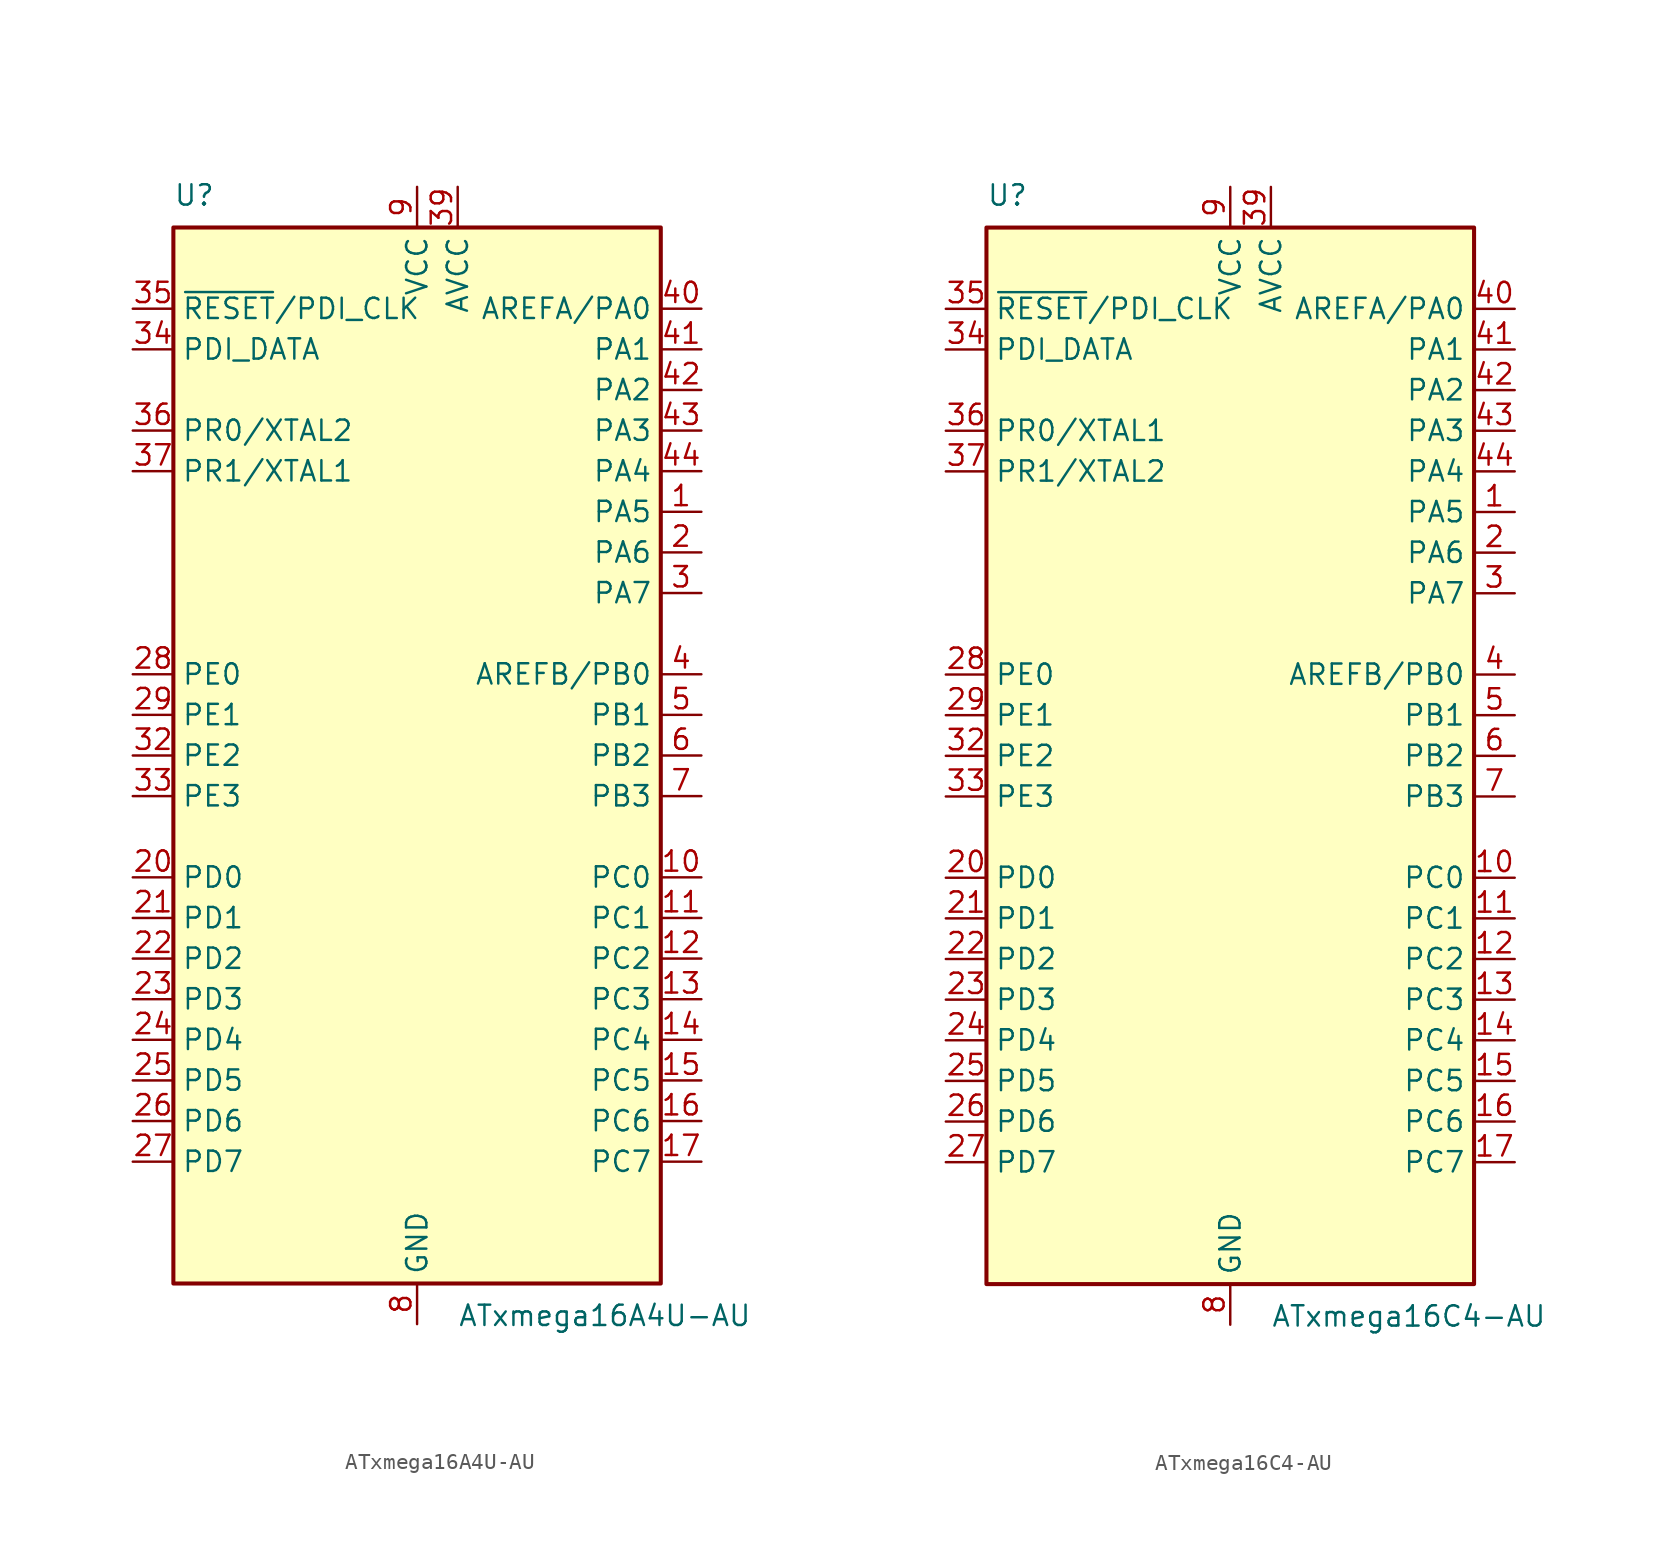
<source format=kicad_sym>
(kicad_symbol_lib
  (version 20201005)
  (generator kicad_symbol_editor)
  (symbol "ATxmega16A4U-AU"
    (property "Reference" "U"
      (at -15.24 34.29 0)
      (effects (font (size 1.27 1.27)) (justify left bottom)))
    (property "Value" "ATxmega16A4U-AU"
      (at 2.54 -34.29 0)
      (effects (font (size 1.27 1.27)) (justify left top)))
    (symbol "ATxmega16A4U-AU_0_1"
      (rectangle (start -15.24 -33.02) (end 15.24 33.02) (stroke (width 0.254)) (fill (type background))))
    (symbol "ATxmega16A4U-AU_1_1"
      (pin tri_state line (at 17.78 15.24 180) (length 2.54) (name "PA5" (effects (font (size 1.27 1.27)))) (number "1" (effects (font (size 1.27 1.27)))))
      (pin tri_state line (at 17.78 -7.62 180) (length 2.54) (name "PC0" (effects (font (size 1.27 1.27)))) (number "10" (effects (font (size 1.27 1.27)))))
      (pin tri_state line (at 17.78 -10.16 180) (length 2.54) (name "PC1" (effects (font (size 1.27 1.27)))) (number "11" (effects (font (size 1.27 1.27)))))
      (pin tri_state line (at 17.78 -12.7 180) (length 2.54) (name "PC2" (effects (font (size 1.27 1.27)))) (number "12" (effects (font (size 1.27 1.27)))))
      (pin tri_state line (at 17.78 -15.24 180) (length 2.54) (name "PC3" (effects (font (size 1.27 1.27)))) (number "13" (effects (font (size 1.27 1.27)))))
      (pin tri_state line (at 17.78 -17.78 180) (length 2.54) (name "PC4" (effects (font (size 1.27 1.27)))) (number "14" (effects (font (size 1.27 1.27)))))
      (pin tri_state line (at 17.78 -20.32 180) (length 2.54) (name "PC5" (effects (font (size 1.27 1.27)))) (number "15" (effects (font (size 1.27 1.27)))))
      (pin tri_state line (at 17.78 -22.86 180) (length 2.54) (name "PC6" (effects (font (size 1.27 1.27)))) (number "16" (effects (font (size 1.27 1.27)))))
      (pin tri_state line (at 17.78 -25.4 180) (length 2.54) (name "PC7" (effects (font (size 1.27 1.27)))) (number "17" (effects (font (size 1.27 1.27)))))
      (pin passive line (at 0 -35.56 90) (length 2.54) hide (name "GND" (effects (font (size 1.27 1.27)))) (number "18" (effects (font (size 1.27 1.27)))))
      (pin passive line (at 0 35.56 270) (length 2.54) hide (name "VCC" (effects (font (size 1.27 1.27)))) (number "19" (effects (font (size 1.27 1.27)))))
      (pin tri_state line (at 17.78 12.7 180) (length 2.54) (name "PA6" (effects (font (size 1.27 1.27)))) (number "2" (effects (font (size 1.27 1.27)))))
      (pin tri_state line (at -17.78 -7.62 0) (length 2.54) (name "PD0" (effects (font (size 1.27 1.27)))) (number "20" (effects (font (size 1.27 1.27)))))
      (pin tri_state line (at -17.78 -10.16 0) (length 2.54) (name "PD1" (effects (font (size 1.27 1.27)))) (number "21" (effects (font (size 1.27 1.27)))))
      (pin tri_state line (at -17.78 -12.7 0) (length 2.54) (name "PD2" (effects (font (size 1.27 1.27)))) (number "22" (effects (font (size 1.27 1.27)))))
      (pin tri_state line (at -17.78 -15.24 0) (length 2.54) (name "PD3" (effects (font (size 1.27 1.27)))) (number "23" (effects (font (size 1.27 1.27)))))
      (pin tri_state line (at -17.78 -17.78 0) (length 2.54) (name "PD4" (effects (font (size 1.27 1.27)))) (number "24" (effects (font (size 1.27 1.27)))))
      (pin tri_state line (at -17.78 -20.32 0) (length 2.54) (name "PD5" (effects (font (size 1.27 1.27)))) (number "25" (effects (font (size 1.27 1.27)))))
      (pin tri_state line (at -17.78 -22.86 0) (length 2.54) (name "PD6" (effects (font (size 1.27 1.27)))) (number "26" (effects (font (size 1.27 1.27)))))
      (pin tri_state line (at -17.78 -25.4 0) (length 2.54) (name "PD7" (effects (font (size 1.27 1.27)))) (number "27" (effects (font (size 1.27 1.27)))))
      (pin tri_state line (at -17.78 5.08 0) (length 2.54) (name "PE0" (effects (font (size 1.27 1.27)))) (number "28" (effects (font (size 1.27 1.27)))))
      (pin tri_state line (at -17.78 2.54 0) (length 2.54) (name "PE1" (effects (font (size 1.27 1.27)))) (number "29" (effects (font (size 1.27 1.27)))))
      (pin tri_state line (at 17.78 10.16 180) (length 2.54) (name "PA7" (effects (font (size 1.27 1.27)))) (number "3" (effects (font (size 1.27 1.27)))))
      (pin passive line (at 0 -35.56 90) (length 2.54) hide (name "GND" (effects (font (size 1.27 1.27)))) (number "30" (effects (font (size 1.27 1.27)))))
      (pin passive line (at 0 35.56 270) (length 2.54) hide (name "VCC" (effects (font (size 1.27 1.27)))) (number "31" (effects (font (size 1.27 1.27)))))
      (pin tri_state line (at -17.78 0 0) (length 2.54) (name "PE2" (effects (font (size 1.27 1.27)))) (number "32" (effects (font (size 1.27 1.27)))))
      (pin tri_state line (at -17.78 -2.54 0) (length 2.54) (name "PE3" (effects (font (size 1.27 1.27)))) (number "33" (effects (font (size 1.27 1.27)))))
      (pin bidirectional line (at -17.78 25.4 0) (length 2.54) (name "PDI_DATA" (effects (font (size 1.27 1.27)))) (number "34" (effects (font (size 1.27 1.27)))))
      (pin input line (at -17.78 27.94 0) (length 2.54) (name "~RESET~/PDI_CLK" (effects (font (size 1.27 1.27)))) (number "35" (effects (font (size 1.27 1.27)))))
      (pin tri_state line (at -17.78 20.32 0) (length 2.54) (name "PR0/XTAL2" (effects (font (size 1.27 1.27)))) (number "36" (effects (font (size 1.27 1.27)))))
      (pin tri_state line (at -17.78 17.78 0) (length 2.54) (name "PR1/XTAL1" (effects (font (size 1.27 1.27)))) (number "37" (effects (font (size 1.27 1.27)))))
      (pin passive line (at 0 -35.56 90) (length 2.54) hide (name "GND" (effects (font (size 1.27 1.27)))) (number "38" (effects (font (size 1.27 1.27)))))
      (pin power_in line (at 2.54 35.56 270) (length 2.54) (name "AVCC" (effects (font (size 1.27 1.27)))) (number "39" (effects (font (size 1.27 1.27)))))
      (pin tri_state line (at 17.78 5.08 180) (length 2.54) (name "AREFB/PB0" (effects (font (size 1.27 1.27)))) (number "4" (effects (font (size 1.27 1.27)))))
      (pin tri_state line (at 17.78 27.94 180) (length 2.54) (name "AREFA/PA0" (effects (font (size 1.27 1.27)))) (number "40" (effects (font (size 1.27 1.27)))))
      (pin tri_state line (at 17.78 25.4 180) (length 2.54) (name "PA1" (effects (font (size 1.27 1.27)))) (number "41" (effects (font (size 1.27 1.27)))))
      (pin tri_state line (at 17.78 22.86 180) (length 2.54) (name "PA2" (effects (font (size 1.27 1.27)))) (number "42" (effects (font (size 1.27 1.27)))))
      (pin tri_state line (at 17.78 20.32 180) (length 2.54) (name "PA3" (effects (font (size 1.27 1.27)))) (number "43" (effects (font (size 1.27 1.27)))))
      (pin tri_state line (at 17.78 17.78 180) (length 2.54) (name "PA4" (effects (font (size 1.27 1.27)))) (number "44" (effects (font (size 1.27 1.27)))))
      (pin tri_state line (at 17.78 2.54 180) (length 2.54) (name "PB1" (effects (font (size 1.27 1.27)))) (number "5" (effects (font (size 1.27 1.27)))))
      (pin tri_state line (at 17.78 0 180) (length 2.54) (name "PB2" (effects (font (size 1.27 1.27)))) (number "6" (effects (font (size 1.27 1.27)))))
      (pin tri_state line (at 17.78 -2.54 180) (length 2.54) (name "PB3" (effects (font (size 1.27 1.27)))) (number "7" (effects (font (size 1.27 1.27)))))
      (pin power_in line (at 0 -35.56 90) (length 2.54) (name "GND" (effects (font (size 1.27 1.27)))) (number "8" (effects (font (size 1.27 1.27)))))
      (pin power_in line (at 0 35.56 270) (length 2.54) (name "VCC" (effects (font (size 1.27 1.27)))) (number "9" (effects (font (size 1.27 1.27)))))))
  (symbol "ATxmega16C4-AU"
    (property "Reference" "U"
      (at -15.24 34.29 0)
      (effects (font (size 1.27 1.27)) (justify left bottom)))
    (property "Value" "ATxmega16C4-AU"
      (at 2.54 -34.29 0)
      (effects (font (size 1.27 1.27)) (justify left top)))
    (symbol "ATxmega16C4-AU_0_1"
      (rectangle (start -15.24 -33.02) (end 15.24 33.02) (stroke (width 0.254)) (fill (type background))))
    (symbol "ATxmega16C4-AU_1_1"
      (pin tri_state line (at 17.78 15.24 180) (length 2.54) (name "PA5" (effects (font (size 1.27 1.27)))) (number "1" (effects (font (size 1.27 1.27)))))
      (pin tri_state line (at 17.78 -7.62 180) (length 2.54) (name "PC0" (effects (font (size 1.27 1.27)))) (number "10" (effects (font (size 1.27 1.27)))))
      (pin tri_state line (at 17.78 -10.16 180) (length 2.54) (name "PC1" (effects (font (size 1.27 1.27)))) (number "11" (effects (font (size 1.27 1.27)))))
      (pin tri_state line (at 17.78 -12.7 180) (length 2.54) (name "PC2" (effects (font (size 1.27 1.27)))) (number "12" (effects (font (size 1.27 1.27)))))
      (pin tri_state line (at 17.78 -15.24 180) (length 2.54) (name "PC3" (effects (font (size 1.27 1.27)))) (number "13" (effects (font (size 1.27 1.27)))))
      (pin tri_state line (at 17.78 -17.78 180) (length 2.54) (name "PC4" (effects (font (size 1.27 1.27)))) (number "14" (effects (font (size 1.27 1.27)))))
      (pin tri_state line (at 17.78 -20.32 180) (length 2.54) (name "PC5" (effects (font (size 1.27 1.27)))) (number "15" (effects (font (size 1.27 1.27)))))
      (pin tri_state line (at 17.78 -22.86 180) (length 2.54) (name "PC6" (effects (font (size 1.27 1.27)))) (number "16" (effects (font (size 1.27 1.27)))))
      (pin tri_state line (at 17.78 -25.4 180) (length 2.54) (name "PC7" (effects (font (size 1.27 1.27)))) (number "17" (effects (font (size 1.27 1.27)))))
      (pin passive line (at 0 -35.56 90) (length 2.54) hide (name "GND" (effects (font (size 1.27 1.27)))) (number "18" (effects (font (size 1.27 1.27)))))
      (pin passive line (at 0 35.56 270) (length 2.54) hide (name "VCC" (effects (font (size 1.27 1.27)))) (number "19" (effects (font (size 1.27 1.27)))))
      (pin tri_state line (at 17.78 12.7 180) (length 2.54) (name "PA6" (effects (font (size 1.27 1.27)))) (number "2" (effects (font (size 1.27 1.27)))))
      (pin tri_state line (at -17.78 -7.62 0) (length 2.54) (name "PD0" (effects (font (size 1.27 1.27)))) (number "20" (effects (font (size 1.27 1.27)))))
      (pin tri_state line (at -17.78 -10.16 0) (length 2.54) (name "PD1" (effects (font (size 1.27 1.27)))) (number "21" (effects (font (size 1.27 1.27)))))
      (pin tri_state line (at -17.78 -12.7 0) (length 2.54) (name "PD2" (effects (font (size 1.27 1.27)))) (number "22" (effects (font (size 1.27 1.27)))))
      (pin tri_state line (at -17.78 -15.24 0) (length 2.54) (name "PD3" (effects (font (size 1.27 1.27)))) (number "23" (effects (font (size 1.27 1.27)))))
      (pin tri_state line (at -17.78 -17.78 0) (length 2.54) (name "PD4" (effects (font (size 1.27 1.27)))) (number "24" (effects (font (size 1.27 1.27)))))
      (pin tri_state line (at -17.78 -20.32 0) (length 2.54) (name "PD5" (effects (font (size 1.27 1.27)))) (number "25" (effects (font (size 1.27 1.27)))))
      (pin tri_state line (at -17.78 -22.86 0) (length 2.54) (name "PD6" (effects (font (size 1.27 1.27)))) (number "26" (effects (font (size 1.27 1.27)))))
      (pin tri_state line (at -17.78 -25.4 0) (length 2.54) (name "PD7" (effects (font (size 1.27 1.27)))) (number "27" (effects (font (size 1.27 1.27)))))
      (pin tri_state line (at -17.78 5.08 0) (length 2.54) (name "PE0" (effects (font (size 1.27 1.27)))) (number "28" (effects (font (size 1.27 1.27)))))
      (pin tri_state line (at -17.78 2.54 0) (length 2.54) (name "PE1" (effects (font (size 1.27 1.27)))) (number "29" (effects (font (size 1.27 1.27)))))
      (pin tri_state line (at 17.78 10.16 180) (length 2.54) (name "PA7" (effects (font (size 1.27 1.27)))) (number "3" (effects (font (size 1.27 1.27)))))
      (pin passive line (at 0 -35.56 90) (length 2.54) hide (name "GND" (effects (font (size 1.27 1.27)))) (number "30" (effects (font (size 1.27 1.27)))))
      (pin passive line (at 0 35.56 270) (length 2.54) hide (name "VCC" (effects (font (size 1.27 1.27)))) (number "31" (effects (font (size 1.27 1.27)))))
      (pin tri_state line (at -17.78 0 0) (length 2.54) (name "PE2" (effects (font (size 1.27 1.27)))) (number "32" (effects (font (size 1.27 1.27)))))
      (pin tri_state line (at -17.78 -2.54 0) (length 2.54) (name "PE3" (effects (font (size 1.27 1.27)))) (number "33" (effects (font (size 1.27 1.27)))))
      (pin bidirectional line (at -17.78 25.4 0) (length 2.54) (name "PDI_DATA" (effects (font (size 1.27 1.27)))) (number "34" (effects (font (size 1.27 1.27)))))
      (pin input line (at -17.78 27.94 0) (length 2.54) (name "~RESET~/PDI_CLK" (effects (font (size 1.27 1.27)))) (number "35" (effects (font (size 1.27 1.27)))))
      (pin tri_state line (at -17.78 20.32 0) (length 2.54) (name "PR0/XTAL1" (effects (font (size 1.27 1.27)))) (number "36" (effects (font (size 1.27 1.27)))))
      (pin tri_state line (at -17.78 17.78 0) (length 2.54) (name "PR1/XTAL2" (effects (font (size 1.27 1.27)))) (number "37" (effects (font (size 1.27 1.27)))))
      (pin passive line (at 0 -35.56 90) (length 2.54) hide (name "GND" (effects (font (size 1.27 1.27)))) (number "38" (effects (font (size 1.27 1.27)))))
      (pin power_in line (at 2.54 35.56 270) (length 2.54) (name "AVCC" (effects (font (size 1.27 1.27)))) (number "39" (effects (font (size 1.27 1.27)))))
      (pin tri_state line (at 17.78 5.08 180) (length 2.54) (name "AREFB/PB0" (effects (font (size 1.27 1.27)))) (number "4" (effects (font (size 1.27 1.27)))))
      (pin tri_state line (at 17.78 27.94 180) (length 2.54) (name "AREFA/PA0" (effects (font (size 1.27 1.27)))) (number "40" (effects (font (size 1.27 1.27)))))
      (pin tri_state line (at 17.78 25.4 180) (length 2.54) (name "PA1" (effects (font (size 1.27 1.27)))) (number "41" (effects (font (size 1.27 1.27)))))
      (pin tri_state line (at 17.78 22.86 180) (length 2.54) (name "PA2" (effects (font (size 1.27 1.27)))) (number "42" (effects (font (size 1.27 1.27)))))
      (pin tri_state line (at 17.78 20.32 180) (length 2.54) (name "PA3" (effects (font (size 1.27 1.27)))) (number "43" (effects (font (size 1.27 1.27)))))
      (pin tri_state line (at 17.78 17.78 180) (length 2.54) (name "PA4" (effects (font (size 1.27 1.27)))) (number "44" (effects (font (size 1.27 1.27)))))
      (pin tri_state line (at 17.78 2.54 180) (length 2.54) (name "PB1" (effects (font (size 1.27 1.27)))) (number "5" (effects (font (size 1.27 1.27)))))
      (pin tri_state line (at 17.78 0 180) (length 2.54) (name "PB2" (effects (font (size 1.27 1.27)))) (number "6" (effects (font (size 1.27 1.27)))))
      (pin tri_state line (at 17.78 -2.54 180) (length 2.54) (name "PB3" (effects (font (size 1.27 1.27)))) (number "7" (effects (font (size 1.27 1.27)))))
      (pin power_in line (at 0 -35.56 90) (length 2.54) (name "GND" (effects (font (size 1.27 1.27)))) (number "8" (effects (font (size 1.27 1.27)))))
      (pin power_in line (at 0 35.56 270) (length 2.54) (name "VCC" (effects (font (size 1.27 1.27)))) (number "9" (effects (font (size 1.27 1.27))))))))
</source>
